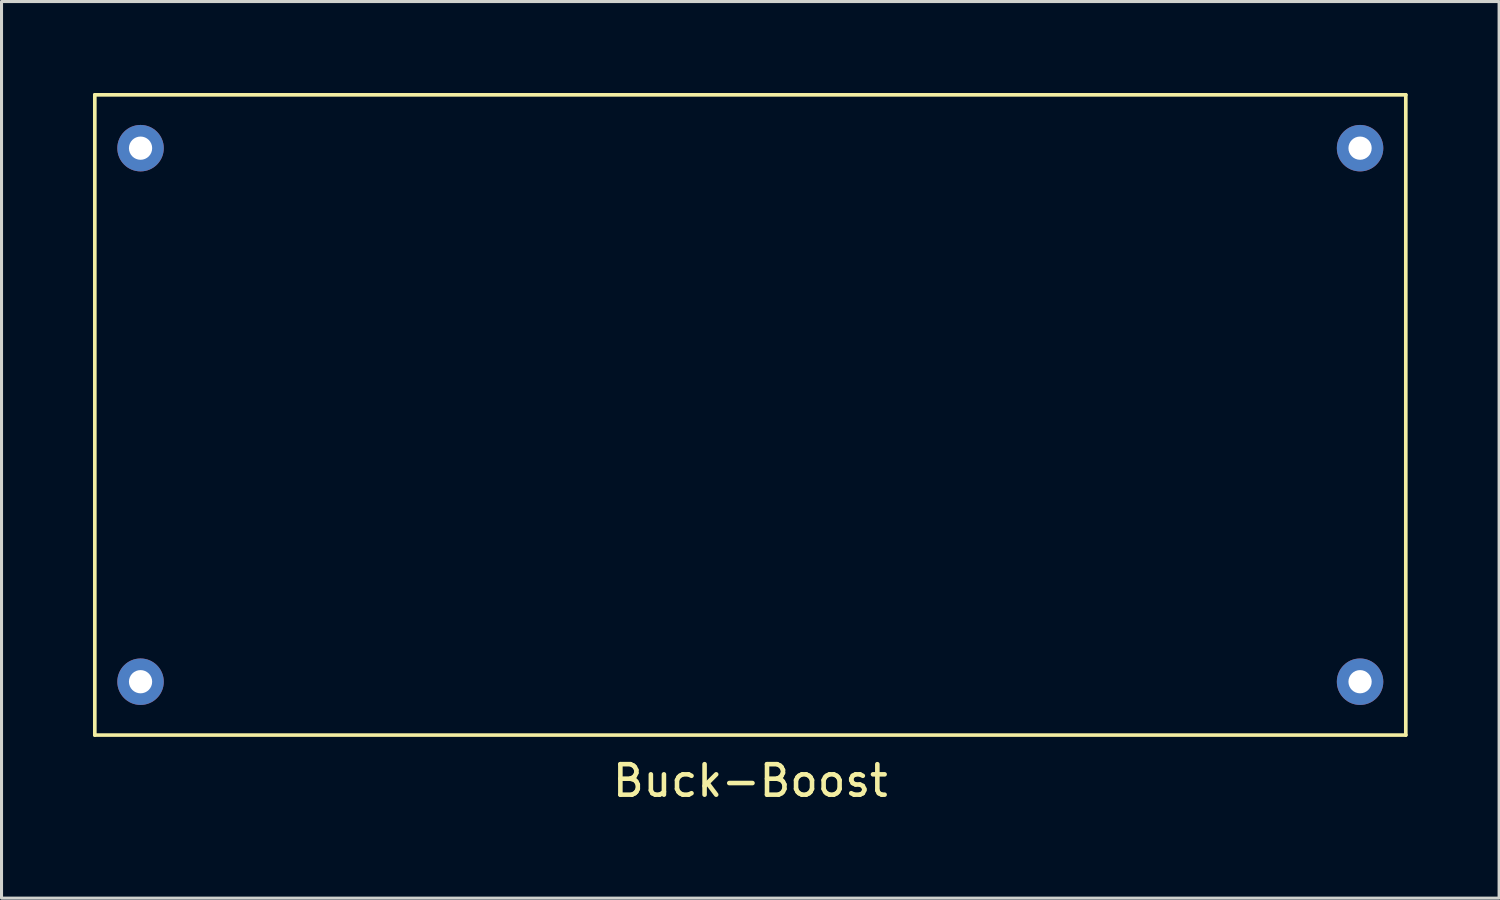
<source format=kicad_pcb>
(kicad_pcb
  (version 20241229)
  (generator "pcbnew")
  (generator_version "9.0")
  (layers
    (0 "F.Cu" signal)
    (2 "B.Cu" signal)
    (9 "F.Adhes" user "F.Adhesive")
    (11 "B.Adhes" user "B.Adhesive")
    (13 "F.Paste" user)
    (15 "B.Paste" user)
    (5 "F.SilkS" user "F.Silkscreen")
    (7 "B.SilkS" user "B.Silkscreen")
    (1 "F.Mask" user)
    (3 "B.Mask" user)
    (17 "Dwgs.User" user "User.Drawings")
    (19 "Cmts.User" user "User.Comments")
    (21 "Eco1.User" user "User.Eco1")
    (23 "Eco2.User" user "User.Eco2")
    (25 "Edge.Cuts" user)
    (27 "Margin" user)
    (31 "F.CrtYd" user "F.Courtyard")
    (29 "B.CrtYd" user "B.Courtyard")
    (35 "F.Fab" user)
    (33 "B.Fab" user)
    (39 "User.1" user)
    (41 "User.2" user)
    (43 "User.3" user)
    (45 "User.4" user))
  (footprint "Buck-Boost"
    (layer "F.Cu")
    (at 21.56 10.56)
    (property "Reference" "Buck-Boost" (at 0 12 0) (layer "F.SilkS") (effects (font (size 1 1) (thickness 0.15))))
    (attr through_hole)
    (fp_line (start -21.5 -10.5) (end 21.5 -10.5) (stroke (width 0.12) (type solid)) (layer "F.SilkS"))
    (fp_line (start -21.5 10.5) (end -21.5 -10.5) (stroke (width 0.12) (type solid)) (layer "F.SilkS"))
    (fp_line (start 21.5 -10.5) (end 21.5 10.5) (stroke (width 0.12) (type solid)) (layer "F.SilkS"))
    (fp_line (start 21.5 10.5) (end -21.5 10.5) (stroke (width 0.12) (type solid)) (layer "F.SilkS"))
    (pad "1" thru_hole circle (at -20 -8.75) (size 1.524 1.524) (drill 0.762) (layers "*.Cu" "*.Mask"))
    (pad "2" thru_hole circle (at 20 -8.75) (size 1.524 1.524) (drill 0.762) (layers "*.Cu" "*.Mask"))
    (pad "3" thru_hole circle (at -20 8.75) (size 1.524 1.524) (drill 0.762) (layers "*.Cu" "*.Mask"))
    (pad "4" thru_hole circle (at 20 8.75) (size 1.524 1.524) (drill 0.762) (layers "*.Cu" "*.Mask")))
  (gr_rect
    (start -3 -3)
    (end 46.12 26.408)
    (stroke (width 0.1) (type default))
    (fill no)
    (layer "Edge.Cuts")))
</source>
